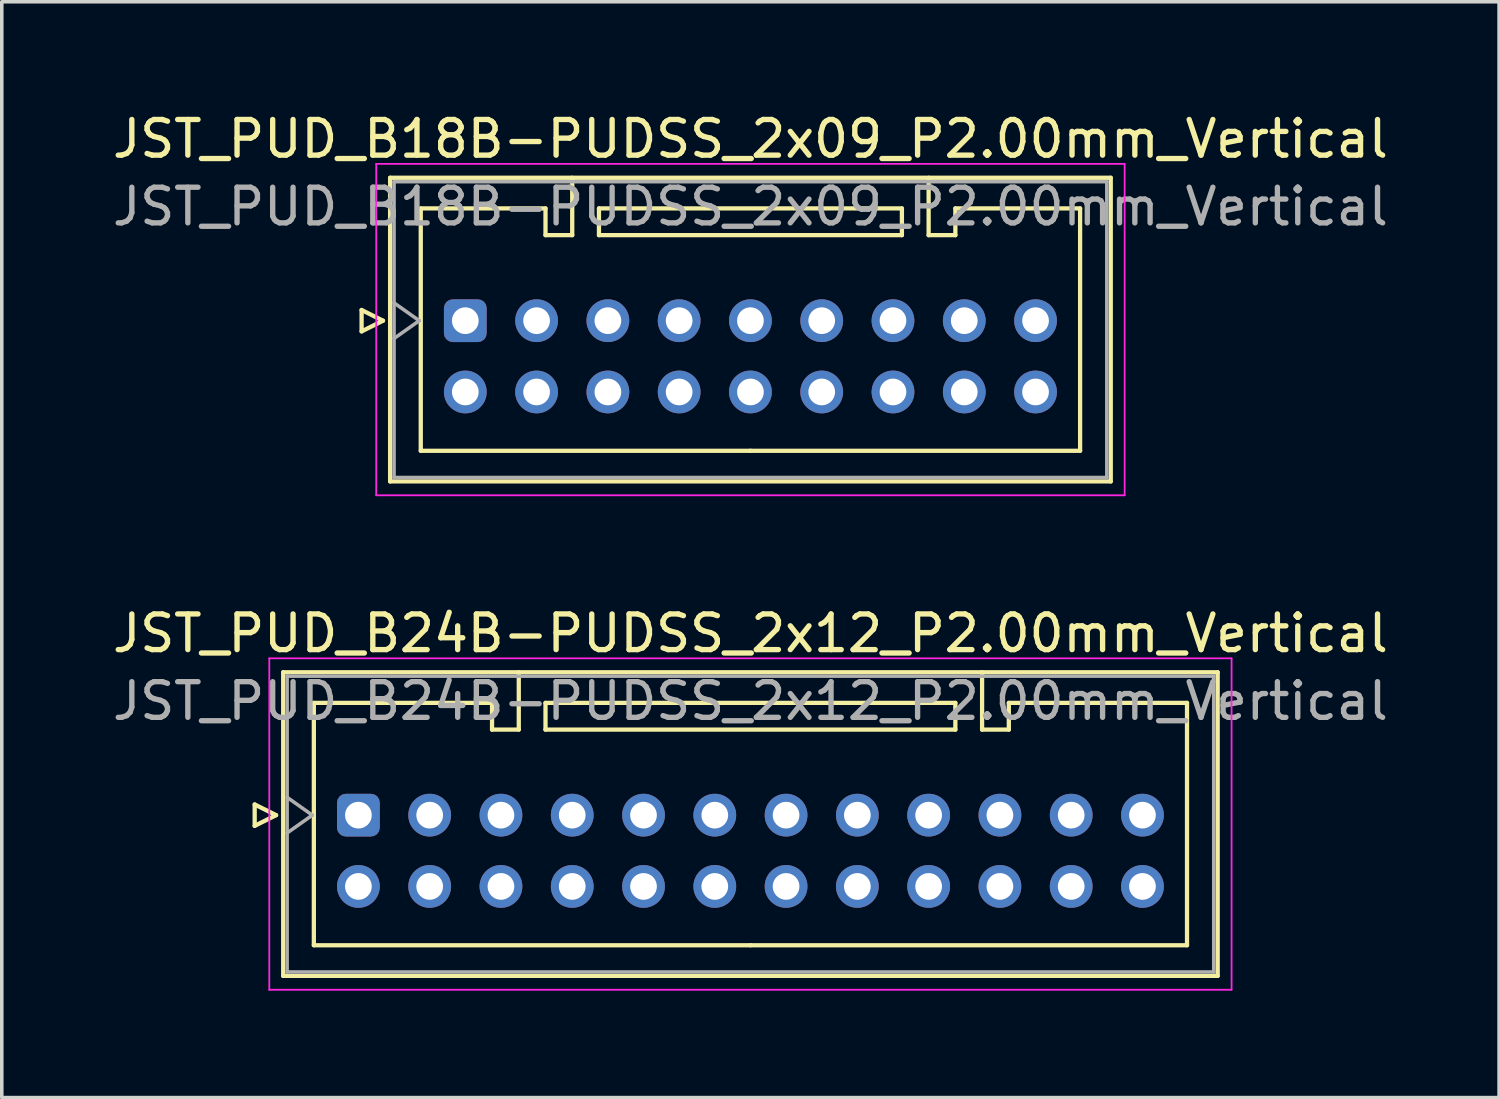
<source format=kicad_pcb>
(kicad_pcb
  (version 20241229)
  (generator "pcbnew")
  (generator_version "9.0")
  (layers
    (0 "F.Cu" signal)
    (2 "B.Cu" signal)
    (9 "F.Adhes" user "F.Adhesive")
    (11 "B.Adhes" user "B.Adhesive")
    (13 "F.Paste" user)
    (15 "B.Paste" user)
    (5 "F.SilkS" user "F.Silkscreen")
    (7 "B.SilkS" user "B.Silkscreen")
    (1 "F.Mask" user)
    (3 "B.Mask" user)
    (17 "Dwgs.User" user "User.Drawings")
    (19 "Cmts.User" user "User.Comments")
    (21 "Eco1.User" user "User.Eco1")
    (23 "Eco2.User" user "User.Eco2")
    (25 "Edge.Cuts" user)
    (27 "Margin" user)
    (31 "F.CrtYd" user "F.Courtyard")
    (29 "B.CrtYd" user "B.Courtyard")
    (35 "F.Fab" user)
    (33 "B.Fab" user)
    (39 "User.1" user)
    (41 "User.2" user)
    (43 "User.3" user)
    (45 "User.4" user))
  (footprint "JST_PUD_B24B-PUDSS_2x12_P2.00mm_Vertical"
    (layer "F.Cu")
    (at 7.006 19.822)
    (property "Reference" "JST_PUD_B24B-PUDSS_2x12_P2.00mm_Vertical" (at 11 -5.1 0) (layer "F.SilkS") (effects (font (size 1 1) (thickness 0.15))))
    (attr through_hole)
    (fp_line (start -2.91 -0.3) (end -2.31 0) (stroke (width 0.12) (type solid)) (layer "F.SilkS"))
    (fp_line (start -2.91 0.3) (end -2.91 -0.3) (stroke (width 0.12) (type solid)) (layer "F.SilkS"))
    (fp_line (start -2.31 0) (end -2.91 0.3) (stroke (width 0.12) (type solid)) (layer "F.SilkS"))
    (fp_line (start -2.11 -4.01) (end -2.11 4.51) (stroke (width 0.12) (type solid)) (layer "F.SilkS"))
    (fp_line (start -2.11 4.51) (end 24.11 4.51) (stroke (width 0.12) (type solid)) (layer "F.SilkS"))
    (fp_line (start -1.25 -3.15) (end -1.25 3.65) (stroke (width 0.12) (type solid)) (layer "F.SilkS"))
    (fp_line (start -1.25 3.65) (end 11 3.65) (stroke (width 0.12) (type solid)) (layer "F.SilkS"))
    (fp_line (start 3.75 -3.15) (end -1.25 -3.15) (stroke (width 0.12) (type solid)) (layer "F.SilkS"))
    (fp_line (start 3.75 -2.4) (end 3.75 -3.15) (stroke (width 0.12) (type solid)) (layer "F.SilkS"))
    (fp_line (start 4.5 -4.01) (end 4.5 -2.4) (stroke (width 0.12) (type solid)) (layer "F.SilkS"))
    (fp_line (start 4.5 -2.4) (end 3.75 -2.4) (stroke (width 0.12) (type solid)) (layer "F.SilkS"))
    (fp_line (start 5.25 -3.15) (end 5.25 -2.4) (stroke (width 0.12) (type solid)) (layer "F.SilkS"))
    (fp_line (start 5.25 -2.4) (end 16.75 -2.4) (stroke (width 0.12) (type solid)) (layer "F.SilkS"))
    (fp_line (start 16.75 -3.15) (end 5.25 -3.15) (stroke (width 0.12) (type solid)) (layer "F.SilkS"))
    (fp_line (start 16.75 -2.4) (end 16.75 -3.15) (stroke (width 0.12) (type solid)) (layer "F.SilkS"))
    (fp_line (start 17.5 -4.01) (end 17.5 -2.4) (stroke (width 0.12) (type solid)) (layer "F.SilkS"))
    (fp_line (start 17.5 -2.4) (end 18.25 -2.4) (stroke (width 0.12) (type solid)) (layer "F.SilkS"))
    (fp_line (start 18.25 -3.15) (end 23.25 -3.15) (stroke (width 0.12) (type solid)) (layer "F.SilkS"))
    (fp_line (start 18.25 -2.4) (end 18.25 -3.15) (stroke (width 0.12) (type solid)) (layer "F.SilkS"))
    (fp_line (start 23.25 -3.15) (end 23.25 3.65) (stroke (width 0.12) (type solid)) (layer "F.SilkS"))
    (fp_line (start 23.25 3.65) (end 11 3.65) (stroke (width 0.12) (type solid)) (layer "F.SilkS"))
    (fp_line (start 24.11 -4.01) (end -2.11 -4.01) (stroke (width 0.12) (type solid)) (layer "F.SilkS"))
    (fp_line (start 24.11 4.51) (end 24.11 -4.01) (stroke (width 0.12) (type solid)) (layer "F.SilkS"))
    (fp_line (start -2.5 -4.4) (end -2.5 4.9) (stroke (width 0.05) (type solid)) (layer "F.CrtYd"))
    (fp_line (start -2.5 4.9) (end 24.5 4.9) (stroke (width 0.05) (type solid)) (layer "F.CrtYd"))
    (fp_line (start 24.5 -4.4) (end -2.5 -4.4) (stroke (width 0.05) (type solid)) (layer "F.CrtYd"))
    (fp_line (start 24.5 4.9) (end 24.5 -4.4) (stroke (width 0.05) (type solid)) (layer "F.CrtYd"))
    (fp_line (start -2 -3.9) (end -2 4.4) (stroke (width 0.1) (type solid)) (layer "F.Fab"))
    (fp_line (start -2 0.5) (end -1.293 0) (stroke (width 0.1) (type solid)) (layer "F.Fab"))
    (fp_line (start -2 4.4) (end 24 4.4) (stroke (width 0.1) (type solid)) (layer "F.Fab"))
    (fp_line (start -1.293 0) (end -2 -0.5) (stroke (width 0.1) (type solid)) (layer "F.Fab"))
    (fp_line (start 24 -3.9) (end -2 -3.9) (stroke (width 0.1) (type solid)) (layer "F.Fab"))
    (fp_line (start 24 4.4) (end 24 -3.9) (stroke (width 0.1) (type solid)) (layer "F.Fab"))
    (fp_text user "${REFERENCE}" (at 11 -3.2 0) (layer "F.Fab") (effects (font (size 1 1) (thickness 0.15))))
    (pad "1" thru_hole roundrect (at 0 0) (size 1.2 1.2) (drill 0.75) (layers "*.Cu" "*.Mask") (roundrect_rratio 0.208))
    (pad "2" thru_hole circle (at 0 2) (size 1.2 1.2) (drill 0.75) (layers "*.Cu" "*.Mask"))
    (pad "3" thru_hole circle (at 2 0) (size 1.2 1.2) (drill 0.75) (layers "*.Cu" "*.Mask"))
    (pad "4" thru_hole circle (at 2 2) (size 1.2 1.2) (drill 0.75) (layers "*.Cu" "*.Mask"))
    (pad "5" thru_hole circle (at 4 0) (size 1.2 1.2) (drill 0.75) (layers "*.Cu" "*.Mask"))
    (pad "6" thru_hole circle (at 4 2) (size 1.2 1.2) (drill 0.75) (layers "*.Cu" "*.Mask"))
    (pad "7" thru_hole circle (at 6 0) (size 1.2 1.2) (drill 0.75) (layers "*.Cu" "*.Mask"))
    (pad "8" thru_hole circle (at 6 2) (size 1.2 1.2) (drill 0.75) (layers "*.Cu" "*.Mask"))
    (pad "9" thru_hole circle (at 8 0) (size 1.2 1.2) (drill 0.75) (layers "*.Cu" "*.Mask"))
    (pad "10" thru_hole circle (at 8 2) (size 1.2 1.2) (drill 0.75) (layers "*.Cu" "*.Mask"))
    (pad "11" thru_hole circle (at 10 0) (size 1.2 1.2) (drill 0.75) (layers "*.Cu" "*.Mask"))
    (pad "12" thru_hole circle (at 10 2) (size 1.2 1.2) (drill 0.75) (layers "*.Cu" "*.Mask"))
    (pad "13" thru_hole circle (at 12 0) (size 1.2 1.2) (drill 0.75) (layers "*.Cu" "*.Mask"))
    (pad "14" thru_hole circle (at 12 2) (size 1.2 1.2) (drill 0.75) (layers "*.Cu" "*.Mask"))
    (pad "15" thru_hole circle (at 14 0) (size 1.2 1.2) (drill 0.75) (layers "*.Cu" "*.Mask"))
    (pad "16" thru_hole circle (at 14 2) (size 1.2 1.2) (drill 0.75) (layers "*.Cu" "*.Mask"))
    (pad "17" thru_hole circle (at 16 0) (size 1.2 1.2) (drill 0.75) (layers "*.Cu" "*.Mask"))
    (pad "18" thru_hole circle (at 16 2) (size 1.2 1.2) (drill 0.75) (layers "*.Cu" "*.Mask"))
    (pad "19" thru_hole circle (at 18 0) (size 1.2 1.2) (drill 0.75) (layers "*.Cu" "*.Mask"))
    (pad "20" thru_hole circle (at 18 2) (size 1.2 1.2) (drill 0.75) (layers "*.Cu" "*.Mask"))
    (pad "21" thru_hole circle (at 20 0) (size 1.2 1.2) (drill 0.75) (layers "*.Cu" "*.Mask"))
    (pad "22" thru_hole circle (at 20 2) (size 1.2 1.2) (drill 0.75) (layers "*.Cu" "*.Mask"))
    (pad "23" thru_hole circle (at 22 0) (size 1.2 1.2) (drill 0.75) (layers "*.Cu" "*.Mask"))
    (pad "24" thru_hole circle (at 22 2) (size 1.2 1.2) (drill 0.75) (layers "*.Cu" "*.Mask")))
  (footprint "JST_PUD_B18B-PUDSS_2x09_P2.00mm_Vertical"
    (layer "F.Cu")
    (at 10.006 5.948)
    (property "Reference" "JST_PUD_B18B-PUDSS_2x09_P2.00mm_Vertical" (at 8 -5.1 0) (layer "F.SilkS") (effects (font (size 1 1) (thickness 0.15))))
    (attr through_hole)
    (fp_line (start -2.91 -0.3) (end -2.31 0) (stroke (width 0.12) (type solid)) (layer "F.SilkS"))
    (fp_line (start -2.91 0.3) (end -2.91 -0.3) (stroke (width 0.12) (type solid)) (layer "F.SilkS"))
    (fp_line (start -2.31 0) (end -2.91 0.3) (stroke (width 0.12) (type solid)) (layer "F.SilkS"))
    (fp_line (start -2.11 -4.01) (end -2.11 4.51) (stroke (width 0.12) (type solid)) (layer "F.SilkS"))
    (fp_line (start -2.11 4.51) (end 18.11 4.51) (stroke (width 0.12) (type solid)) (layer "F.SilkS"))
    (fp_line (start -1.25 -3.15) (end -1.25 3.65) (stroke (width 0.12) (type solid)) (layer "F.SilkS"))
    (fp_line (start -1.25 3.65) (end 8 3.65) (stroke (width 0.12) (type solid)) (layer "F.SilkS"))
    (fp_line (start 2.25 -3.15) (end -1.25 -3.15) (stroke (width 0.12) (type solid)) (layer "F.SilkS"))
    (fp_line (start 2.25 -2.4) (end 2.25 -3.15) (stroke (width 0.12) (type solid)) (layer "F.SilkS"))
    (fp_line (start 3 -4.01) (end 3 -2.4) (stroke (width 0.12) (type solid)) (layer "F.SilkS"))
    (fp_line (start 3 -2.4) (end 2.25 -2.4) (stroke (width 0.12) (type solid)) (layer "F.SilkS"))
    (fp_line (start 3.75 -3.15) (end 3.75 -2.4) (stroke (width 0.12) (type solid)) (layer "F.SilkS"))
    (fp_line (start 3.75 -2.4) (end 12.25 -2.4) (stroke (width 0.12) (type solid)) (layer "F.SilkS"))
    (fp_line (start 12.25 -3.15) (end 3.75 -3.15) (stroke (width 0.12) (type solid)) (layer "F.SilkS"))
    (fp_line (start 12.25 -2.4) (end 12.25 -3.15) (stroke (width 0.12) (type solid)) (layer "F.SilkS"))
    (fp_line (start 13 -4.01) (end 13 -2.4) (stroke (width 0.12) (type solid)) (layer "F.SilkS"))
    (fp_line (start 13 -2.4) (end 13.75 -2.4) (stroke (width 0.12) (type solid)) (layer "F.SilkS"))
    (fp_line (start 13.75 -3.15) (end 17.25 -3.15) (stroke (width 0.12) (type solid)) (layer "F.SilkS"))
    (fp_line (start 13.75 -2.4) (end 13.75 -3.15) (stroke (width 0.12) (type solid)) (layer "F.SilkS"))
    (fp_line (start 17.25 -3.15) (end 17.25 3.65) (stroke (width 0.12) (type solid)) (layer "F.SilkS"))
    (fp_line (start 17.25 3.65) (end 8 3.65) (stroke (width 0.12) (type solid)) (layer "F.SilkS"))
    (fp_line (start 18.11 -4.01) (end -2.11 -4.01) (stroke (width 0.12) (type solid)) (layer "F.SilkS"))
    (fp_line (start 18.11 4.51) (end 18.11 -4.01) (stroke (width 0.12) (type solid)) (layer "F.SilkS"))
    (fp_line (start -2.5 -4.4) (end -2.5 4.9) (stroke (width 0.05) (type solid)) (layer "F.CrtYd"))
    (fp_line (start -2.5 4.9) (end 18.5 4.9) (stroke (width 0.05) (type solid)) (layer "F.CrtYd"))
    (fp_line (start 18.5 -4.4) (end -2.5 -4.4) (stroke (width 0.05) (type solid)) (layer "F.CrtYd"))
    (fp_line (start 18.5 4.9) (end 18.5 -4.4) (stroke (width 0.05) (type solid)) (layer "F.CrtYd"))
    (fp_line (start -2 -3.9) (end -2 4.4) (stroke (width 0.1) (type solid)) (layer "F.Fab"))
    (fp_line (start -2 0.5) (end -1.293 0) (stroke (width 0.1) (type solid)) (layer "F.Fab"))
    (fp_line (start -2 4.4) (end 18 4.4) (stroke (width 0.1) (type solid)) (layer "F.Fab"))
    (fp_line (start -1.293 0) (end -2 -0.5) (stroke (width 0.1) (type solid)) (layer "F.Fab"))
    (fp_line (start 18 -3.9) (end -2 -3.9) (stroke (width 0.1) (type solid)) (layer "F.Fab"))
    (fp_line (start 18 4.4) (end 18 -3.9) (stroke (width 0.1) (type solid)) (layer "F.Fab"))
    (fp_text user "${REFERENCE}" (at 8 -3.2 0) (layer "F.Fab") (effects (font (size 1 1) (thickness 0.15))))
    (pad "1" thru_hole roundrect (at 0 0) (size 1.2 1.2) (drill 0.75) (layers "*.Cu" "*.Mask") (roundrect_rratio 0.208))
    (pad "2" thru_hole circle (at 0 2) (size 1.2 1.2) (drill 0.75) (layers "*.Cu" "*.Mask"))
    (pad "3" thru_hole circle (at 2 0) (size 1.2 1.2) (drill 0.75) (layers "*.Cu" "*.Mask"))
    (pad "4" thru_hole circle (at 2 2) (size 1.2 1.2) (drill 0.75) (layers "*.Cu" "*.Mask"))
    (pad "5" thru_hole circle (at 4 0) (size 1.2 1.2) (drill 0.75) (layers "*.Cu" "*.Mask"))
    (pad "6" thru_hole circle (at 4 2) (size 1.2 1.2) (drill 0.75) (layers "*.Cu" "*.Mask"))
    (pad "7" thru_hole circle (at 6 0) (size 1.2 1.2) (drill 0.75) (layers "*.Cu" "*.Mask"))
    (pad "8" thru_hole circle (at 6 2) (size 1.2 1.2) (drill 0.75) (layers "*.Cu" "*.Mask"))
    (pad "9" thru_hole circle (at 8 0) (size 1.2 1.2) (drill 0.75) (layers "*.Cu" "*.Mask"))
    (pad "10" thru_hole circle (at 8 2) (size 1.2 1.2) (drill 0.75) (layers "*.Cu" "*.Mask"))
    (pad "11" thru_hole circle (at 10 0) (size 1.2 1.2) (drill 0.75) (layers "*.Cu" "*.Mask"))
    (pad "12" thru_hole circle (at 10 2) (size 1.2 1.2) (drill 0.75) (layers "*.Cu" "*.Mask"))
    (pad "13" thru_hole circle (at 12 0) (size 1.2 1.2) (drill 0.75) (layers "*.Cu" "*.Mask"))
    (pad "14" thru_hole circle (at 12 2) (size 1.2 1.2) (drill 0.75) (layers "*.Cu" "*.Mask"))
    (pad "15" thru_hole circle (at 14 0) (size 1.2 1.2) (drill 0.75) (layers "*.Cu" "*.Mask"))
    (pad "16" thru_hole circle (at 14 2) (size 1.2 1.2) (drill 0.75) (layers "*.Cu" "*.Mask"))
    (pad "17" thru_hole circle (at 16 0) (size 1.2 1.2) (drill 0.75) (layers "*.Cu" "*.Mask"))
    (pad "18" thru_hole circle (at 16 2) (size 1.2 1.2) (drill 0.75) (layers "*.Cu" "*.Mask")))
  (gr_rect
    (start -3 -3)
    (end 39.012 27.747)
    (stroke (width 0.1) (type default))
    (fill no)
    (layer "Edge.Cuts")))
</source>
